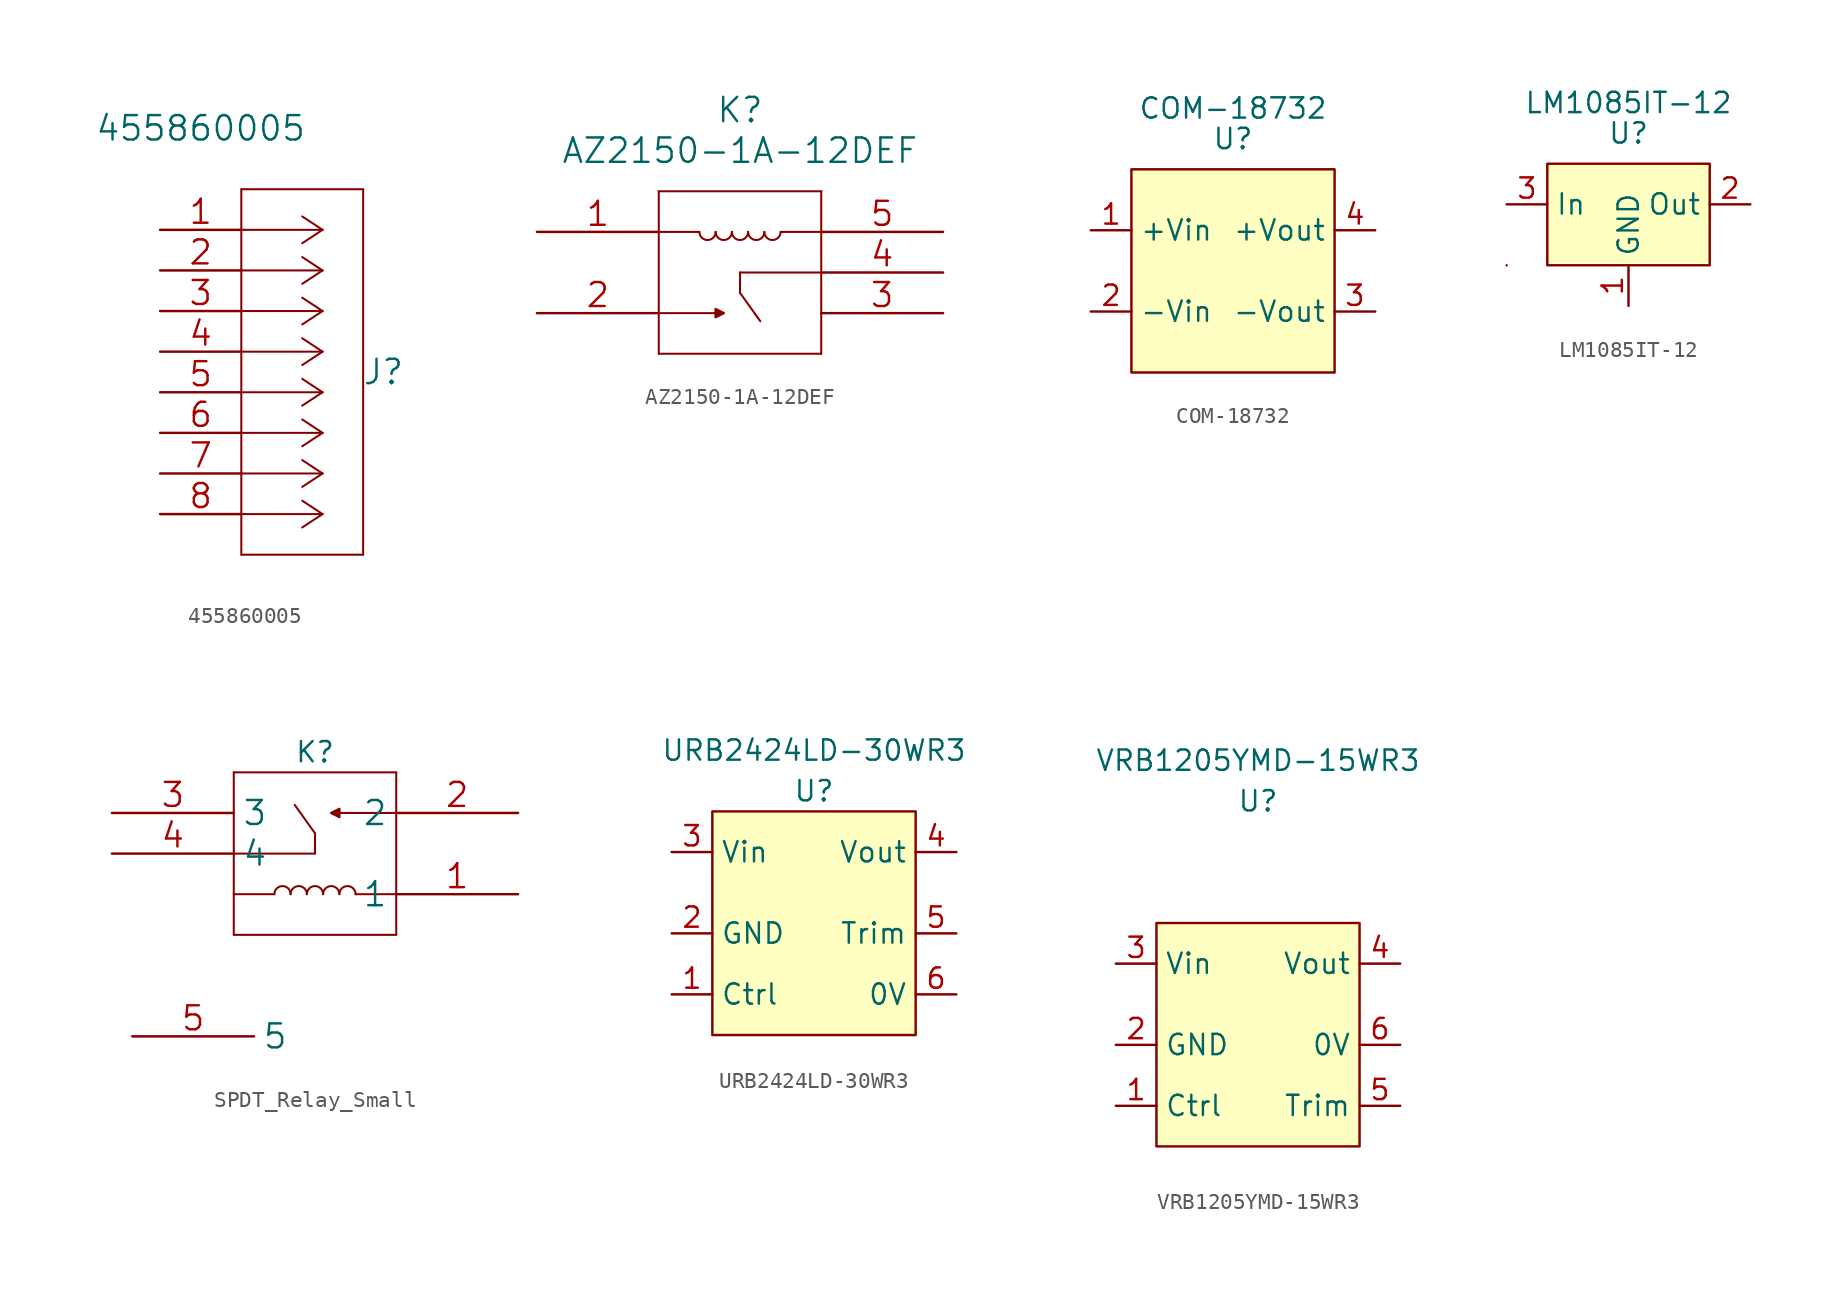
<source format=kicad_sym>
(kicad_symbol_lib
  (version 20231120)
  (generator "kicad_symbol_editor")
  (generator_version "8.0")
  (symbol "455860005"
    (pin_names
      (offset 0.254) hide)
    (property "Reference" "J"
      (at 13.97 -8.89 0)
      (effects (font (size 1.524 1.524))))
    (property "Value" "455860005"
      (at 2.54 6.35 0)
      (effects (font (size 1.524 1.524))))
    (property "Datasheet" ""
      (at 0 0 0)
      (effects (font (size 1.524 1.524))))
    (property "ki_locked" ""
      (at 0 0 0)
      (effects (font (size 1.27 1.27))))
    (symbol "455860005_1_1"
      (polyline (pts (xy 5.08 -20.32) (xy 12.7 -20.32)) (stroke (width 0.127) (type default)) (fill (type none)))
      (polyline (pts (xy 5.08 2.54) (xy 5.08 -20.32)) (stroke (width 0.127) (type default)) (fill (type none)))
      (polyline (pts (xy 10.16 -17.78) (xy 5.08 -17.78)) (stroke (width 0.127) (type default)) (fill (type none)))
      (polyline (pts (xy 10.16 -17.78) (xy 8.89 -18.618)) (stroke (width 0.127) (type default)) (fill (type none)))
      (polyline (pts (xy 10.16 -17.78) (xy 8.89 -16.942)) (stroke (width 0.127) (type default)) (fill (type none)))
      (polyline (pts (xy 10.16 -15.24) (xy 5.08 -15.24)) (stroke (width 0.127) (type default)) (fill (type none)))
      (polyline (pts (xy 10.16 -15.24) (xy 8.89 -16.078)) (stroke (width 0.127) (type default)) (fill (type none)))
      (polyline (pts (xy 10.16 -15.24) (xy 8.89 -14.402)) (stroke (width 0.127) (type default)) (fill (type none)))
      (polyline (pts (xy 10.16 -12.7) (xy 5.08 -12.7)) (stroke (width 0.127) (type default)) (fill (type none)))
      (polyline (pts (xy 10.16 -12.7) (xy 8.89 -13.538)) (stroke (width 0.127) (type default)) (fill (type none)))
      (polyline (pts (xy 10.16 -12.7) (xy 8.89 -11.862)) (stroke (width 0.127) (type default)) (fill (type none)))
      (polyline (pts (xy 10.16 -10.16) (xy 5.08 -10.16)) (stroke (width 0.127) (type default)) (fill (type none)))
      (polyline (pts (xy 10.16 -10.16) (xy 8.89 -10.998)) (stroke (width 0.127) (type default)) (fill (type none)))
      (polyline (pts (xy 10.16 -10.16) (xy 8.89 -9.322)) (stroke (width 0.127) (type default)) (fill (type none)))
      (polyline (pts (xy 10.16 -7.62) (xy 5.08 -7.62)) (stroke (width 0.127) (type default)) (fill (type none)))
      (polyline (pts (xy 10.16 -7.62) (xy 8.89 -8.458)) (stroke (width 0.127) (type default)) (fill (type none)))
      (polyline (pts (xy 10.16 -7.62) (xy 8.89 -6.782)) (stroke (width 0.127) (type default)) (fill (type none)))
      (polyline (pts (xy 10.16 -5.08) (xy 5.08 -5.08)) (stroke (width 0.127) (type default)) (fill (type none)))
      (polyline (pts (xy 10.16 -5.08) (xy 8.89 -5.918)) (stroke (width 0.127) (type default)) (fill (type none)))
      (polyline (pts (xy 10.16 -5.08) (xy 8.89 -4.242)) (stroke (width 0.127) (type default)) (fill (type none)))
      (polyline (pts (xy 10.16 -2.54) (xy 5.08 -2.54)) (stroke (width 0.127) (type default)) (fill (type none)))
      (polyline (pts (xy 10.16 -2.54) (xy 8.89 -3.378)) (stroke (width 0.127) (type default)) (fill (type none)))
      (polyline (pts (xy 10.16 -2.54) (xy 8.89 -1.702)) (stroke (width 0.127) (type default)) (fill (type none)))
      (polyline (pts (xy 10.16 0) (xy 5.08 0)) (stroke (width 0.127) (type default)) (fill (type none)))
      (polyline (pts (xy 10.16 0) (xy 8.89 -0.838)) (stroke (width 0.127) (type default)) (fill (type none)))
      (polyline (pts (xy 10.16 0) (xy 8.89 0.838)) (stroke (width 0.127) (type default)) (fill (type none)))
      (polyline (pts (xy 12.7 -20.32) (xy 12.7 2.54)) (stroke (width 0.127) (type default)) (fill (type none)))
      (polyline (pts (xy 12.7 2.54) (xy 5.08 2.54)) (stroke (width 0.127) (type default)) (fill (type none)))
      (pin power_in line (at 0 0 0) (length 5.08) (name "1" (effects (font (size 1.499 1.499)))) (number "1" (effects (font (size 1.499 1.499)))))
      (pin power_in line (at 0 -2.54 0) (length 5.08) (name "2" (effects (font (size 1.499 1.499)))) (number "2" (effects (font (size 1.499 1.499)))))
      (pin power_in line (at 0 -5.08 0) (length 5.08) (name "3" (effects (font (size 1.499 1.499)))) (number "3" (effects (font (size 1.499 1.499)))))
      (pin power_in line (at 0 -7.62 0) (length 5.08) (name "4" (effects (font (size 1.499 1.499)))) (number "4" (effects (font (size 1.499 1.499)))))
      (pin power_in line (at 0 -10.16 0) (length 5.08) (name "5" (effects (font (size 1.499 1.499)))) (number "5" (effects (font (size 1.499 1.499)))))
      (pin power_in line (at 0 -12.7 0) (length 5.08) (name "6" (effects (font (size 1.499 1.499)))) (number "6" (effects (font (size 1.499 1.499)))))
      (pin power_in line (at 0 -15.24 0) (length 5.08) (name "7" (effects (font (size 1.499 1.499)))) (number "7" (effects (font (size 1.499 1.499)))))
      (pin power_in line (at 0 -17.78 0) (length 5.08) (name "8" (effects (font (size 1.499 1.499)))) (number "8" (effects (font (size 1.499 1.499)))))))
  (symbol "AZ2150-1A-12DEF"
    (pin_names
      (offset 0.254) hide)
    (property "Reference" "K"
      (at 12.7 7.62 0)
      (effects (font (size 1.524 1.524))))
    (property "Value" "AZ2150-1A-12DEF"
      (at 12.7 5.08 0)
      (effects (font (size 1.524 1.524))))
    (property "Datasheet" ""
      (at 0 0 0)
      (effects (font (size 1.524 1.524))))
    (property "ki_locked" ""
      (at 0 0 0)
      (effects (font (size 1.27 1.27))))
    (symbol "AZ2150-1A-12DEF_1_1"
      (polyline (pts (xy 7.62 -7.62) (xy 17.78 -7.62)) (stroke (width 0.127) (type default)) (fill (type none)))
      (polyline (pts (xy 7.62 -5.08) (xy 11.43 -5.08)) (stroke (width 0.127) (type default)) (fill (type none)))
      (polyline (pts (xy 7.62 0) (xy 10.16 0)) (stroke (width 0.127) (type default)) (fill (type none)))
      (polyline (pts (xy 7.62 2.54) (xy 7.62 -7.62)) (stroke (width 0.127) (type default)) (fill (type none)))
      (polyline (pts (xy 12.7 -3.81) (xy 13.97 -5.588)) (stroke (width 0.127) (type default)) (fill (type none)))
      (polyline (pts (xy 12.7 -2.54) (xy 12.7 -3.81)) (stroke (width 0.127) (type default)) (fill (type none)))
      (polyline (pts (xy 15.24 0) (xy 17.78 0)) (stroke (width 0.127) (type default)) (fill (type none)))
      (polyline (pts (xy 17.78 -7.62) (xy 17.78 2.54)) (stroke (width 0.127) (type default)) (fill (type none)))
      (polyline (pts (xy 17.78 -2.54) (xy 12.7 -2.54)) (stroke (width 0.127) (type default)) (fill (type none)))
      (polyline (pts (xy 17.78 2.54) (xy 7.62 2.54)) (stroke (width 0.127) (type default)) (fill (type none)))
      (polyline (pts (xy 11.684 -5.08) (xy 11.176 -5.334) (xy 11.176 -4.826) (xy 11.684 -5.08)) (stroke (width 0) (type default)) (fill (type outline)))
      (arc (start 10.16 0) (mid 10.668 -0.5058) (end 11.176 0) (stroke (width 0.127) (type default)) (fill (type none)))
      (arc (start 11.176 0) (mid 11.684 -0.5058) (end 12.192 0) (stroke (width 0.127) (type default)) (fill (type none)))
      (arc (start 12.192 0) (mid 12.7 -0.5058) (end 13.208 0) (stroke (width 0.127) (type default)) (fill (type none)))
      (arc (start 13.208 0) (mid 13.716 -0.5058) (end 14.224 0) (stroke (width 0.127) (type default)) (fill (type none)))
      (arc (start 14.224 0) (mid 14.732 -0.5058) (end 15.24 0) (stroke (width 0.127) (type default)) (fill (type none)))
      (pin unspecified line (at 0 0 0) (length 7.62) (name "1" (effects (font (size 1.499 1.499)))) (number "1" (effects (font (size 1.499 1.499)))))
      (pin unspecified line (at 0 -5.08 0) (length 7.62) (name "2" (effects (font (size 1.499 1.499)))) (number "2" (effects (font (size 1.499 1.499)))))
      (pin unspecified line (at 25.4 -5.08 180) (length 7.62) (name "3" (effects (font (size 1.499 1.499)))) (number "3" (effects (font (size 1.499 1.499)))))
      (pin unspecified line (at 25.4 -2.54 180) (length 7.62) (name "4" (effects (font (size 1.499 1.499)))) (number "4" (effects (font (size 1.499 1.499)))))
      (pin unspecified line (at 25.4 0 180) (length 7.62) (name "5" (effects (font (size 1.499 1.499)))) (number "5" (effects (font (size 1.499 1.499)))))))
  (symbol "COM-18732"
    (property "Reference" "U"
      (at 0 8.255 0)
      (effects (font (size 1.27 1.27))))
    (property "Value" "COM-18732"
      (at 0 10.16 0)
      (effects (font (size 1.27 1.27))))
    (symbol "COM-18732_0_1"
      (rectangle (start -6.35 6.35) (end 6.35 -6.35) (stroke (width 0) (type default)) (fill (type background))))
    (symbol "COM-18732_1_1"
      (pin power_in line (at -8.89 2.54 0) (length 2.54) (name "+Vin" (effects (font (size 1.27 1.27)))) (number "1" (effects (font (size 1.27 1.27)))))
      (pin power_in line (at -8.89 -2.54 0) (length 2.54) (name "-Vin" (effects (font (size 1.27 1.27)))) (number "2" (effects (font (size 1.27 1.27)))))
      (pin power_out line (at 8.89 -2.54 180) (length 2.54) (name "-Vout" (effects (font (size 1.27 1.27)))) (number "3" (effects (font (size 1.27 1.27)))))
      (pin power_out line (at 8.89 2.54 180) (length 2.54) (name "+Vout" (effects (font (size 1.27 1.27)))) (number "4" (effects (font (size 1.27 1.27)))))))
  (symbol "LM1085IT-12"
    (property "Reference" "U"
      (at 0 4.445 0)
      (effects (font (size 1.27 1.27))))
    (property "Value" "LM1085IT-12"
      (at 0 6.35 0)
      (effects (font (size 1.27 1.27))))
    (symbol "LM1085IT-12_0_1"
      (rectangle (start -7.62 -3.81) (end -7.62 -3.81) (stroke (width 0) (type default)) (fill (type none)))
      (rectangle (start -5.08 2.54) (end 5.08 -3.81) (stroke (width 0) (type default)) (fill (type background))))
    (symbol "LM1085IT-12_1_1"
      (pin power_in line (at 0 -6.35 90) (length 2.54) (name "GND" (effects (font (size 1.27 1.27)))) (number "1" (effects (font (size 1.27 1.27)))))
      (pin power_out line (at 7.62 0 180) (length 2.54) (name "Out" (effects (font (size 1.27 1.27)))) (number "2" (effects (font (size 1.27 1.27)))))
      (pin power_in line (at -7.62 0 0) (length 2.54) (name "In" (effects (font (size 1.27 1.27)))) (number "3" (effects (font (size 1.27 1.27)))))))
  (symbol "SPDT_Relay_Small"
    (property "Reference" "K"
      (at 0 0 0)
      (effects (font (size 1.27 1.27))))
    (property "Value" ""
      (at 0 0 0)
      (effects (font (size 1.27 1.27))))
    (symbol "SPDT_Relay_Small_1_1"
      (arc (start -1.524 -8.89) (mid -2.032 -8.3842) (end -2.54 -8.89) (stroke (width 0.127) (type default)) (fill (type none)))
      (arc (start -0.508 -8.89) (mid -1.016 -8.3842) (end -1.524 -8.89) (stroke (width 0.127) (type default)) (fill (type none)))
      (polyline (pts (xy -5.08 -6.35) (xy 0 -6.35)) (stroke (width 0.127) (type default)) (fill (type none)))
      (polyline (pts (xy -5.08 -1.27) (xy -5.08 -11.43)) (stroke (width 0.127) (type default)) (fill (type none)))
      (polyline (pts (xy -2.54 -8.89) (xy -5.08 -8.89)) (stroke (width 0.127) (type default)) (fill (type none)))
      (polyline (pts (xy 0 -6.35) (xy 0 -5.08)) (stroke (width 0.127) (type default)) (fill (type none)))
      (polyline (pts (xy 0 -5.08) (xy -1.27 -3.302)) (stroke (width 0.127) (type default)) (fill (type none)))
      (polyline (pts (xy 5.08 -11.43) (xy -5.08 -11.43)) (stroke (width 0.127) (type default)) (fill (type none)))
      (polyline (pts (xy 5.08 -11.43) (xy 5.08 -1.27)) (stroke (width 0.127) (type default)) (fill (type none)))
      (polyline (pts (xy 5.08 -8.89) (xy 2.54 -8.89)) (stroke (width 0.127) (type default)) (fill (type none)))
      (polyline (pts (xy 5.08 -3.81) (xy 1.27 -3.81)) (stroke (width 0.127) (type default)) (fill (type none)))
      (polyline (pts (xy 5.08 -1.27) (xy -5.08 -1.27)) (stroke (width 0.127) (type default)) (fill (type none)))
      (polyline (pts (xy 1.016 -3.81) (xy 1.524 -3.556) (xy 1.524 -4.064) (xy 1.016 -3.81)) (stroke (width 0) (type default)) (fill (type outline)))
      (arc (start 0.508 -8.89) (mid 0 -8.3842) (end -0.508 -8.89) (stroke (width 0.127) (type default)) (fill (type none)))
      (arc (start 1.524 -8.89) (mid 1.016 -8.3842) (end 0.508 -8.89) (stroke (width 0.127) (type default)) (fill (type none)))
      (arc (start 2.54 -8.89) (mid 2.032 -8.3842) (end 1.524 -8.89) (stroke (width 0.127) (type default)) (fill (type none)))
      (pin unspecified line (at 12.7 -8.89 180) (length 7.62) (name "1" (effects (font (size 1.499 1.499)))) (number "1" (effects (font (size 1.499 1.499)))))
      (pin unspecified line (at 12.7 -3.81 180) (length 7.62) (name "2" (effects (font (size 1.499 1.499)))) (number "2" (effects (font (size 1.499 1.499)))))
      (pin unspecified line (at -12.7 -3.81 0) (length 7.62) (name "3" (effects (font (size 1.499 1.499)))) (number "3" (effects (font (size 1.499 1.499)))))
      (pin unspecified line (at -12.7 -6.35 0) (length 7.62) (name "4" (effects (font (size 1.499 1.499)))) (number "4" (effects (font (size 1.499 1.499)))))
      (pin unspecified line (at -11.43 -17.78 0) (length 7.62) (name "5" (effects (font (size 1.499 1.499)))) (number "5" (effects (font (size 1.499 1.499)))))))
  (symbol "URB2424LD-30WR3"
    (property "Reference" "U"
      (at 0 7.62 0)
      (effects (font (size 1.27 1.27))))
    (property "Value" "URB2424LD-30WR3"
      (at 0 10.16 0)
      (effects (font (size 1.27 1.27))))
    (symbol "URB2424LD-30WR3_0_1"
      (rectangle (start -6.35 6.35) (end 6.35 -7.62) (stroke (width 0) (type default)) (fill (type background))))
    (symbol "URB2424LD-30WR3_1_1"
      (pin power_in line (at -8.89 -5.08 0) (length 2.54) (name "Ctrl" (effects (font (size 1.27 1.27)))) (number "1" (effects (font (size 1.27 1.27)))))
      (pin power_in line (at -8.89 -1.27 0) (length 2.54) (name "GND" (effects (font (size 1.27 1.27)))) (number "2" (effects (font (size 1.27 1.27)))))
      (pin power_in line (at -8.89 3.81 0) (length 2.54) (name "Vin" (effects (font (size 1.27 1.27)))) (number "3" (effects (font (size 1.27 1.27)))))
      (pin power_out line (at 8.89 3.81 180) (length 2.54) (name "Vout" (effects (font (size 1.27 1.27)))) (number "4" (effects (font (size 1.27 1.27)))))
      (pin power_out line (at 8.89 -1.27 180) (length 2.54) (name "Trim" (effects (font (size 1.27 1.27)))) (number "5" (effects (font (size 1.27 1.27)))))
      (pin power_out line (at 8.89 -5.08 180) (length 2.54) (name "0V" (effects (font (size 1.27 1.27)))) (number "6" (effects (font (size 1.27 1.27)))))))
  (symbol "VRB1205YMD-15WR3"
    (property "Reference" "U"
      (at 0 13.97 0)
      (effects (font (size 1.27 1.27))))
    (property "Value" "VRB1205YMD-15WR3"
      (at 0 16.51 0)
      (effects (font (size 1.27 1.27))))
    (symbol "VRB1205YMD-15WR3_0_1"
      (rectangle (start -6.35 6.35) (end 6.35 -7.62) (stroke (width 0) (type default)) (fill (type background))))
    (symbol "VRB1205YMD-15WR3_1_1"
      (pin power_in line (at -8.89 -5.08 0) (length 2.54) (name "Ctrl" (effects (font (size 1.27 1.27)))) (number "1" (effects (font (size 1.27 1.27)))))
      (pin power_in line (at -8.89 -1.27 0) (length 2.54) (name "GND" (effects (font (size 1.27 1.27)))) (number "2" (effects (font (size 1.27 1.27)))))
      (pin power_in line (at -8.89 3.81 0) (length 2.54) (name "Vin" (effects (font (size 1.27 1.27)))) (number "3" (effects (font (size 1.27 1.27)))))
      (pin power_out line (at 8.89 3.81 180) (length 2.54) (name "Vout" (effects (font (size 1.27 1.27)))) (number "4" (effects (font (size 1.27 1.27)))))
      (pin power_out line (at 8.89 -5.08 180) (length 2.54) (name "Trim" (effects (font (size 1.27 1.27)))) (number "5" (effects (font (size 1.27 1.27)))))
      (pin power_out line (at 8.89 -1.27 180) (length 2.54) (name "0V" (effects (font (size 1.27 1.27)))) (number "6" (effects (font (size 1.27 1.27))))))))
</source>
